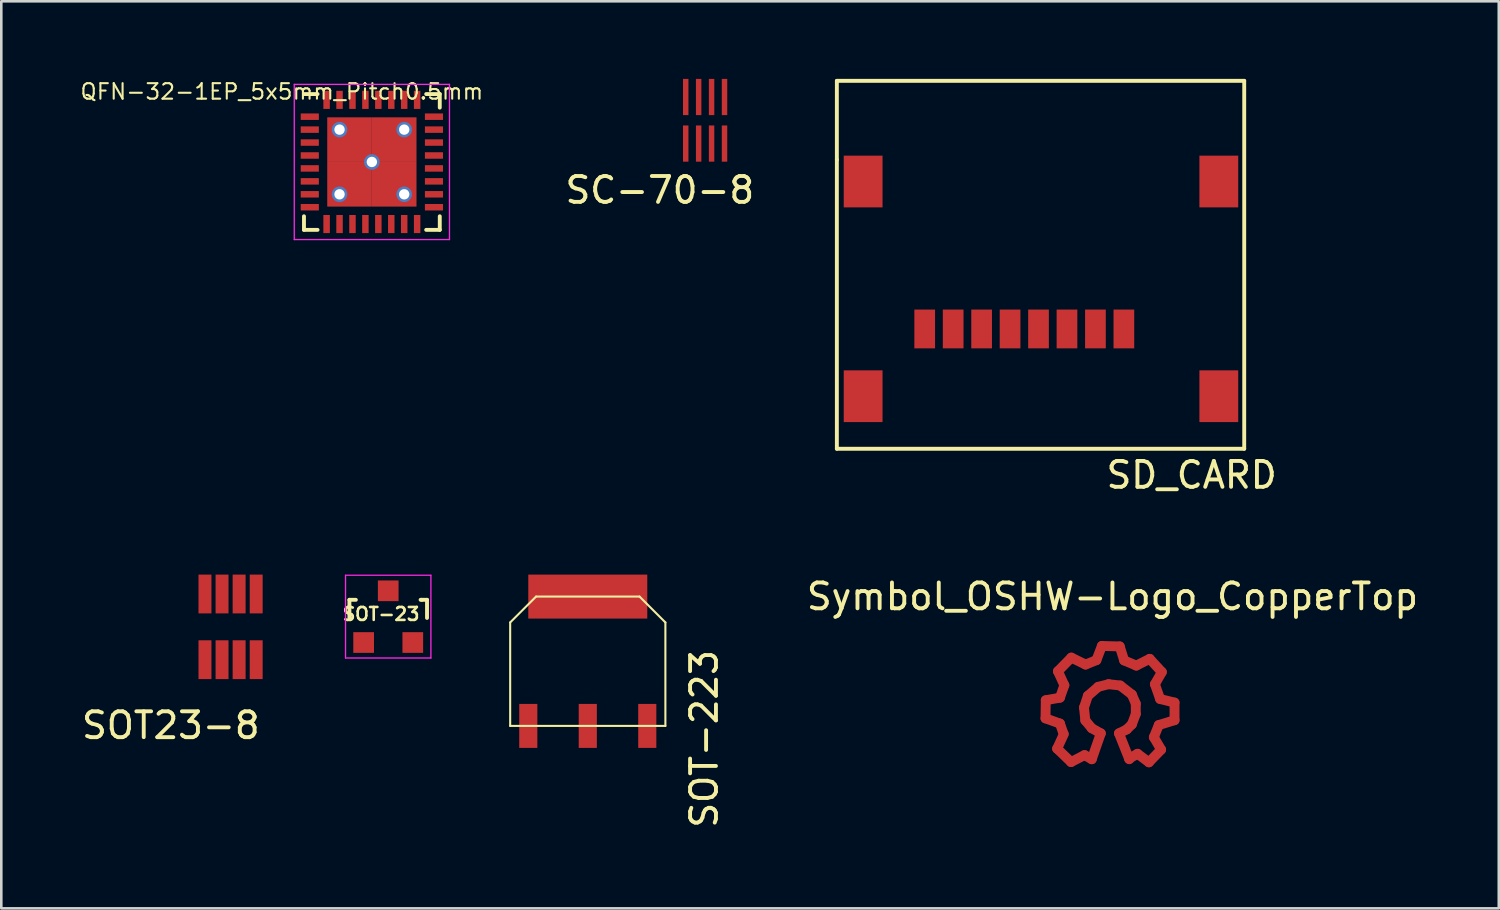
<source format=kicad_pcb>
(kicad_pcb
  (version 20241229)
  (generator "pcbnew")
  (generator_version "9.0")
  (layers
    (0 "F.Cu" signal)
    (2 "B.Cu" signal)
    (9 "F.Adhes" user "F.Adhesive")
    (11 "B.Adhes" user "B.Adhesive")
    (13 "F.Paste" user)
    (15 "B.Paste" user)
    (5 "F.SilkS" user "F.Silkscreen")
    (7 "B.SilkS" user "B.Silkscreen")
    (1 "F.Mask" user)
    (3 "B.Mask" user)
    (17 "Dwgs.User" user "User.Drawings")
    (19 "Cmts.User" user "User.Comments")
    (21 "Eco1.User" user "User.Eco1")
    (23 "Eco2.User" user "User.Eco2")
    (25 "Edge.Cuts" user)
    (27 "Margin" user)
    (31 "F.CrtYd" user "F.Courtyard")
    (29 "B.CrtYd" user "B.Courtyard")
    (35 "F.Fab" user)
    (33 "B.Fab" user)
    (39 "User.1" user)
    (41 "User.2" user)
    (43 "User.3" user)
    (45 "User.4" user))
  (footprint "Symbol_OSHW-Logo_CopperTop"
    (layer "F.Cu")
    (at 39.857 24.401)
    (property "Reference" "Symbol_OSHW-Logo_CopperTop" (at 0.099 -4.389 0) (layer "F.SilkS") (effects (font (size 1 1) (thickness 0.15))))
    (attr through_hole)
    (fp_line (start -2.489 0.32) (end -1.93 0.521) (stroke (width 0.381) (type solid)) (layer "F.Cu"))
    (fp_line (start -2.479 -0.381) (end -2.489 0.32) (stroke (width 0.381) (type solid)) (layer "F.Cu"))
    (fp_line (start -2.04 1.491) (end -1.501 2.009) (stroke (width 0.381) (type solid)) (layer "F.Cu"))
    (fp_line (start -2.009 -1.501) (end -1.76 -0.96) (stroke (width 0.381) (type solid)) (layer "F.Cu"))
    (fp_line (start -1.93 -0.48) (end -2.479 -0.381) (stroke (width 0.381) (type solid)) (layer "F.Cu"))
    (fp_line (start -1.93 0.521) (end -1.791 0.919) (stroke (width 0.381) (type solid)) (layer "F.Cu"))
    (fp_line (start -1.781 0.93) (end -2.04 1.491) (stroke (width 0.381) (type solid)) (layer "F.Cu"))
    (fp_line (start -1.76 -0.96) (end -1.93 -0.48) (stroke (width 0.381) (type solid)) (layer "F.Cu"))
    (fp_line (start -1.501 2.009) (end -0.98 1.74) (stroke (width 0.381) (type solid)) (layer "F.Cu"))
    (fp_line (start -1.491 -2.029) (end -2.009 -1.501) (stroke (width 0.381) (type solid)) (layer "F.Cu"))
    (fp_line (start -1.001 -0.099) (end -0.95 0.399) (stroke (width 0.381) (type solid)) (layer "F.Cu"))
    (fp_line (start -0.98 1.74) (end -0.701 1.9) (stroke (width 0.381) (type solid)) (layer "F.Cu"))
    (fp_line (start -0.95 0.399) (end -0.701 0.701) (stroke (width 0.381) (type solid)) (layer "F.Cu"))
    (fp_line (start -0.94 -1.76) (end -1.491 -2.029) (stroke (width 0.381) (type solid)) (layer "F.Cu"))
    (fp_line (start -0.851 -0.551) (end -1.001 -0.099) (stroke (width 0.381) (type solid)) (layer "F.Cu"))
    (fp_line (start -0.701 0.701) (end -0.351 0.899) (stroke (width 0.381) (type solid)) (layer "F.Cu"))
    (fp_line (start -0.521 -1.93) (end -0.94 -1.76) (stroke (width 0.381) (type solid)) (layer "F.Cu"))
    (fp_line (start -0.45 -0.899) (end -0.851 -0.551) (stroke (width 0.381) (type solid)) (layer "F.Cu"))
    (fp_line (start -0.351 0.899) (end -0.701 1.9) (stroke (width 0.381) (type solid)) (layer "F.Cu"))
    (fp_line (start -0.31 -2.479) (end -0.521 -1.93) (stroke (width 0.381) (type solid)) (layer "F.Cu"))
    (fp_line (start -0.051 -1.001) (end -0.45 -0.899) (stroke (width 0.381) (type solid)) (layer "F.Cu"))
    (fp_line (start 0.351 0.899) (end 0.65 0.749) (stroke (width 0.381) (type solid)) (layer "F.Cu"))
    (fp_line (start 0.351 0.899) (end 0.749 1.9) (stroke (width 0.381) (type solid)) (layer "F.Cu"))
    (fp_line (start 0.381 -2.461) (end -0.31 -2.479) (stroke (width 0.381) (type solid)) (layer "F.Cu"))
    (fp_line (start 0.399 -0.95) (end -0.051 -1.001) (stroke (width 0.381) (type solid)) (layer "F.Cu"))
    (fp_line (start 0.551 -1.92) (end 0.381 -2.461) (stroke (width 0.381) (type solid)) (layer "F.Cu"))
    (fp_line (start 0.65 0.749) (end 0.851 0.551) (stroke (width 0.381) (type solid)) (layer "F.Cu"))
    (fp_line (start 0.739 1.88) (end 1.069 1.689) (stroke (width 0.381) (type solid)) (layer "F.Cu"))
    (fp_line (start 0.851 -0.599) (end 0.399 -0.95) (stroke (width 0.381) (type solid)) (layer "F.Cu"))
    (fp_line (start 0.851 0.551) (end 1.001 0.15) (stroke (width 0.381) (type solid)) (layer "F.Cu"))
    (fp_line (start 1.001 -0.249) (end 0.851 -0.599) (stroke (width 0.381) (type solid)) (layer "F.Cu"))
    (fp_line (start 1.001 0.15) (end 1.001 -0.249) (stroke (width 0.381) (type solid)) (layer "F.Cu"))
    (fp_line (start 1.021 -1.72) (end 0.551 -1.92) (stroke (width 0.381) (type solid)) (layer "F.Cu"))
    (fp_line (start 1.069 1.689) (end 1.509 2.019) (stroke (width 0.381) (type solid)) (layer "F.Cu"))
    (fp_line (start 1.509 2.019) (end 1.981 1.529) (stroke (width 0.381) (type solid)) (layer "F.Cu"))
    (fp_line (start 1.539 -1.981) (end 1.021 -1.72) (stroke (width 0.381) (type solid)) (layer "F.Cu"))
    (fp_line (start 1.699 1.049) (end 1.89 0.579) (stroke (width 0.381) (type solid)) (layer "F.Cu"))
    (fp_line (start 1.74 -1.001) (end 2.009 -1.471) (stroke (width 0.381) (type solid)) (layer "F.Cu"))
    (fp_line (start 1.89 0.579) (end 2.499 0.391) (stroke (width 0.381) (type solid)) (layer "F.Cu"))
    (fp_line (start 1.941 -0.429) (end 1.74 -1.001) (stroke (width 0.381) (type solid)) (layer "F.Cu"))
    (fp_line (start 1.981 1.529) (end 1.699 1.049) (stroke (width 0.381) (type solid)) (layer "F.Cu"))
    (fp_line (start 2.009 -1.471) (end 1.539 -1.981) (stroke (width 0.381) (type solid)) (layer "F.Cu"))
    (fp_line (start 2.499 -0.29) (end 1.941 -0.429) (stroke (width 0.381) (type solid)) (layer "F.Cu"))
    (fp_line (start 2.499 0.391) (end 2.499 -0.29) (stroke (width 0.381) (type solid)) (layer "F.Cu")))
  (footprint "SD_CARD"
    (layer "F.Cu")
    (at 30.318 12.267)
    (property "Reference" "SD_CARD" (at 12.7 3.048 0) (layer "F.SilkS") (effects (font (size 1 1) (thickness 0.15))))
    (attr through_hole)
    (fp_line (start -1.016 -12.192) (end -1.016 -9.144) (stroke (width 0.15) (type solid)) (layer "F.SilkS"))
    (fp_line (start -1.016 -9.144) (end -1.016 2.032) (stroke (width 0.15) (type solid)) (layer "F.SilkS"))
    (fp_line (start -1.016 2.032) (end 14.732 2.032) (stroke (width 0.15) (type solid)) (layer "F.SilkS"))
    (fp_line (start 14.732 -12.192) (end -1.016 -12.192) (stroke (width 0.15) (type solid)) (layer "F.SilkS"))
    (fp_line (start 14.732 2.032) (end 14.732 -12.192) (stroke (width 0.15) (type solid)) (layer "F.SilkS"))
    (pad "1" smd rect (at 10.08 -2.6) (size 0.8 1.5) (layers "F.Cu" "F.Mask" "F.Paste"))
    (pad "2" smd rect (at 8.98 -2.6) (size 0.8 1.5) (layers "F.Cu" "F.Mask" "F.Paste"))
    (pad "3" smd rect (at 7.88 -2.6) (size 0.8 1.5) (layers "F.Cu" "F.Mask" "F.Paste"))
    (pad "4" smd rect (at 6.78 -2.6) (size 0.8 1.5) (layers "F.Cu" "F.Mask" "F.Paste"))
    (pad "5" smd rect (at 5.68 -2.6) (size 0.8 1.5) (layers "F.Cu" "F.Mask" "F.Paste"))
    (pad "6" smd rect (at 0 -8.3) (size 1.5 2) (layers "F.Cu" "F.Mask" "F.Paste"))
    (pad "6" smd rect (at 0 0) (size 1.5 2) (layers "F.Cu" "F.Mask" "F.Paste"))
    (pad "6" smd rect (at 4.58 -2.6) (size 0.8 1.5) (layers "F.Cu" "F.Mask" "F.Paste"))
    (pad "6" smd rect (at 13.75 -8.3) (size 1.5 2) (layers "F.Cu" "F.Mask" "F.Paste"))
    (pad "6" smd rect (at 13.75 0) (size 1.5 2) (layers "F.Cu" "F.Mask" "F.Paste"))
    (pad "7" smd rect (at 3.48 -2.6) (size 0.8 1.5) (layers "F.Cu" "F.Mask" "F.Paste"))
    (pad "8" smd rect (at 2.38 -2.6) (size 0.8 1.5) (layers "F.Cu" "F.Mask" "F.Paste")))
  (footprint "QFN-32-1EP_5x5mm_Pitch0.5mm"
    (layer "F.Cu")
    (at 11.326 3.211)
    (property "Reference" "QFN-32-1EP_5x5mm_Pitch0.5mm" (at -3.48 -2.72 0) (layer "F.SilkS") (effects (font (size 0.6 0.6) (thickness 0.08))))
    (attr smd)
    (fp_line (start -2.625 -2.625) (end -2.1 -2.625) (stroke (width 0.15) (type solid)) (layer "F.SilkS"))
    (fp_line (start -2.625 2.625) (end -2.625 2.1) (stroke (width 0.15) (type solid)) (layer "F.SilkS"))
    (fp_line (start -2.625 2.625) (end -2.1 2.625) (stroke (width 0.15) (type solid)) (layer "F.SilkS"))
    (fp_line (start 2.625 -2.625) (end 2.1 -2.625) (stroke (width 0.15) (type solid)) (layer "F.SilkS"))
    (fp_line (start 2.625 -2.625) (end 2.625 -2.1) (stroke (width 0.15) (type solid)) (layer "F.SilkS"))
    (fp_line (start 2.625 2.625) (end 2.1 2.625) (stroke (width 0.15) (type solid)) (layer "F.SilkS"))
    (fp_line (start 2.625 2.625) (end 2.625 2.1) (stroke (width 0.15) (type solid)) (layer "F.SilkS"))
    (fp_line (start -3 -3) (end -3 3) (stroke (width 0.05) (type solid)) (layer "F.CrtYd"))
    (fp_line (start -3 -3) (end 3 -3) (stroke (width 0.05) (type solid)) (layer "F.CrtYd"))
    (fp_line (start -3 3) (end 3 3) (stroke (width 0.05) (type solid)) (layer "F.CrtYd"))
    (fp_line (start 3 -3) (end 3 3) (stroke (width 0.05) (type solid)) (layer "F.CrtYd"))
    (pad "1" smd rect (at -2.4 -1.75) (size 0.7 0.25) (layers "F.Cu" "F.Mask" "F.Paste"))
    (pad "2" smd rect (at -2.4 -1.25) (size 0.7 0.25) (layers "F.Cu" "F.Mask" "F.Paste"))
    (pad "3" smd rect (at -2.4 -0.75) (size 0.7 0.25) (layers "F.Cu" "F.Mask" "F.Paste"))
    (pad "4" smd rect (at -2.4 -0.25) (size 0.7 0.25) (layers "F.Cu" "F.Mask" "F.Paste"))
    (pad "5" smd rect (at -2.4 0.25) (size 0.7 0.25) (layers "F.Cu" "F.Mask" "F.Paste"))
    (pad "6" smd rect (at -2.4 0.75) (size 0.7 0.25) (layers "F.Cu" "F.Mask" "F.Paste"))
    (pad "7" smd rect (at -2.4 1.25) (size 0.7 0.25) (layers "F.Cu" "F.Mask" "F.Paste"))
    (pad "8" smd rect (at -2.4 1.75) (size 0.7 0.25) (layers "F.Cu" "F.Mask" "F.Paste"))
    (pad "9" smd rect (at -1.75 2.4 90) (size 0.7 0.25) (layers "F.Cu" "F.Mask" "F.Paste"))
    (pad "10" smd rect (at -1.25 2.4 90) (size 0.7 0.25) (layers "F.Cu" "F.Mask" "F.Paste"))
    (pad "11" smd rect (at -0.75 2.4 90) (size 0.7 0.25) (layers "F.Cu" "F.Mask" "F.Paste"))
    (pad "12" smd rect (at -0.25 2.4 90) (size 0.7 0.25) (layers "F.Cu" "F.Mask" "F.Paste"))
    (pad "13" smd rect (at 0.25 2.4 90) (size 0.7 0.25) (layers "F.Cu" "F.Mask" "F.Paste"))
    (pad "14" smd rect (at 0.75 2.4 90) (size 0.7 0.25) (layers "F.Cu" "F.Mask" "F.Paste"))
    (pad "15" smd rect (at 1.25 2.4 90) (size 0.7 0.25) (layers "F.Cu" "F.Mask" "F.Paste"))
    (pad "16" smd rect (at 1.75 2.4 90) (size 0.7 0.25) (layers "F.Cu" "F.Mask" "F.Paste"))
    (pad "17" smd rect (at 2.4 1.75) (size 0.7 0.25) (layers "F.Cu" "F.Mask" "F.Paste"))
    (pad "18" smd rect (at 2.4 1.25) (size 0.7 0.25) (layers "F.Cu" "F.Mask" "F.Paste"))
    (pad "19" smd rect (at 2.4 0.75) (size 0.7 0.25) (layers "F.Cu" "F.Mask" "F.Paste"))
    (pad "20" smd rect (at 2.4 0.25) (size 0.7 0.25) (layers "F.Cu" "F.Mask" "F.Paste"))
    (pad "21" smd rect (at 2.4 -0.25) (size 0.7 0.25) (layers "F.Cu" "F.Mask" "F.Paste"))
    (pad "22" smd rect (at 2.4 -0.75) (size 0.7 0.25) (layers "F.Cu" "F.Mask" "F.Paste"))
    (pad "23" smd rect (at 2.4 -1.25) (size 0.7 0.25) (layers "F.Cu" "F.Mask" "F.Paste"))
    (pad "24" smd rect (at 2.4 -1.75) (size 0.7 0.25) (layers "F.Cu" "F.Mask" "F.Paste"))
    (pad "25" smd rect (at 1.75 -2.4 90) (size 0.7 0.25) (layers "F.Cu" "F.Mask" "F.Paste"))
    (pad "26" smd rect (at 1.25 -2.4 90) (size 0.7 0.25) (layers "F.Cu" "F.Mask" "F.Paste"))
    (pad "27" smd rect (at 0.75 -2.4 90) (size 0.7 0.25) (layers "F.Cu" "F.Mask" "F.Paste"))
    (pad "28" smd rect (at 0.25 -2.4 90) (size 0.7 0.25) (layers "F.Cu" "F.Mask" "F.Paste"))
    (pad "29" smd rect (at -0.25 -2.4 90) (size 0.7 0.25) (layers "F.Cu" "F.Mask" "F.Paste"))
    (pad "30" smd rect (at -0.75 -2.4 90) (size 0.7 0.25) (layers "F.Cu" "F.Mask" "F.Paste"))
    (pad "31" smd rect (at -1.25 -2.4 90) (size 0.7 0.25) (layers "F.Cu" "F.Mask" "F.Paste"))
    (pad "32" smd rect (at -1.75 -2.4 90) (size 0.7 0.25) (layers "F.Cu" "F.Mask" "F.Paste"))
    (pad "33" thru_hole circle (at -1.25 -1.25) (size 0.6 0.6) (drill 0.4) (layers "*.Cu" "F.Mask"))
    (pad "33" thru_hole circle (at -1.25 1.25) (size 0.6 0.6) (drill 0.4) (layers "*.Cu" "F.Mask"))
    (pad "33" smd rect (at -0.863 -0.863) (size 1.725 1.725) (layers "F.Cu" "F.Mask" "F.Paste"))
    (pad "33" smd rect (at -0.863 0.863) (size 1.725 1.725) (layers "F.Cu" "F.Mask" "F.Paste"))
    (pad "33" thru_hole circle (at 0 0) (size 0.6 0.6) (drill 0.4) (layers "*.Cu" "F.Mask"))
    (pad "33" smd rect (at 0.863 -0.863) (size 1.725 1.725) (layers "F.Cu" "F.Mask" "F.Paste"))
    (pad "33" smd rect (at 0.863 0.863) (size 1.725 1.725) (layers "F.Cu" "F.Mask" "F.Paste"))
    (pad "33" thru_hole circle (at 1.25 -1.25) (size 0.6 0.6) (drill 0.4) (layers "*.Cu" "F.Mask"))
    (pad "33" thru_hole circle (at 1.25 1.25) (size 0.6 0.6) (drill 0.4) (layers "*.Cu" "F.Mask")))
  (footprint "SOT-23"
    (layer "F.Cu")
    (at 11.958 20.788)
    (property "Reference" "SOT-23" (at -0.275 -0.1 0) (layer "F.SilkS") (effects (font (size 0.5 0.5) (thickness 0.1))))
    (attr smd)
    (fp_line (start -1.5 -0.65) (end -1.251 -0.65) (stroke (width 0.15) (type solid)) (layer "F.SilkS"))
    (fp_line (start -1.5 0.051) (end -1.5 -0.65) (stroke (width 0.15) (type solid)) (layer "F.SilkS"))
    (fp_line (start 1.299 -0.65) (end 1.251 -0.65) (stroke (width 0.15) (type solid)) (layer "F.SilkS"))
    (fp_line (start 1.299 -0.65) (end 1.5 -0.65) (stroke (width 0.15) (type solid)) (layer "F.SilkS"))
    (fp_line (start 1.5 -0.65) (end 1.5 0.051) (stroke (width 0.15) (type solid)) (layer "F.SilkS"))
    (fp_line (start -1.65 -1.6) (end 1.65 -1.6) (stroke (width 0.05) (type solid)) (layer "F.CrtYd"))
    (fp_line (start -1.65 1.6) (end -1.65 -1.6) (stroke (width 0.05) (type solid)) (layer "F.CrtYd"))
    (fp_line (start 1.65 -1.6) (end 1.65 1.6) (stroke (width 0.05) (type solid)) (layer "F.CrtYd"))
    (fp_line (start 1.65 1.6) (end -1.65 1.6) (stroke (width 0.05) (type solid)) (layer "F.CrtYd"))
    (pad "1" smd rect (at -0.95 1.001) (size 0.8 0.8) (layers "F.Cu" "F.Mask" "F.Paste"))
    (pad "2" smd rect (at 0.95 1.001) (size 0.8 0.8) (layers "F.Cu" "F.Mask" "F.Paste"))
    (pad "3" smd rect (at 0 -0.998) (size 0.8 0.8) (layers "F.Cu" "F.Mask" "F.Paste")))
  (footprint "SOT-223"
    (layer "F.Cu")
    (at 19.673 22.013)
    (property "Reference" "SOT-223" (at 4.5 3.5 90) (layer "F.SilkS") (effects (font (size 1 1) (thickness 0.15))))
    (attr through_hole)
    (fp_line (start -3 -1) (end -3 3) (stroke (width 0.08) (type solid)) (layer "F.SilkS"))
    (fp_line (start -3 3) (end 3 3) (stroke (width 0.08) (type solid)) (layer "F.SilkS"))
    (fp_line (start -2 -2) (end -3 -1) (stroke (width 0.08) (type solid)) (layer "F.SilkS"))
    (fp_line (start 2 -2) (end -2 -2) (stroke (width 0.08) (type solid)) (layer "F.SilkS"))
    (fp_line (start 3 -1) (end 2 -2) (stroke (width 0.08) (type solid)) (layer "F.SilkS"))
    (fp_line (start 3 3) (end 3 -1) (stroke (width 0.08) (type solid)) (layer "F.SilkS"))
    (pad "1" smd rect (at -2.3 3) (size 0.7 1.7) (layers "F.Cu" "F.Mask" "F.Paste"))
    (pad "2" smd rect (at 0 3) (size 0.7 1.7) (layers "F.Cu" "F.Mask" "F.Paste"))
    (pad "3" smd rect (at 2.3 3) (size 0.7 1.7) (layers "F.Cu" "F.Mask" "F.Paste"))
    (pad "4" smd rect (at 0 -2) (size 4.6 1.7) (layers "F.Cu" "F.Mask" "F.Paste")))
  (footprint "SOT23-8"
    (layer "F.Cu")
    (at 4.874 19.913)
    (property "Reference" "SOT23-8" (at -1.32 5.08 0) (layer "F.SilkS") (effects (font (size 1 1) (thickness 0.15))))
    (attr through_hole)
    (pad "1" smd rect (at 0 0) (size 0.5 1.5) (layers "F.Cu" "F.Mask" "F.Paste"))
    (pad "2" smd rect (at 0.66 0) (size 0.5 1.5) (layers "F.Cu" "F.Mask" "F.Paste"))
    (pad "3" smd rect (at 1.32 0) (size 0.5 1.5) (layers "F.Cu" "F.Mask" "F.Paste"))
    (pad "4" smd rect (at 1.98 0) (size 0.5 1.5) (layers "F.Cu" "F.Mask" "F.Paste"))
    (pad "5" smd rect (at 1.98 2.54) (size 0.5 1.5) (layers "F.Cu" "F.Mask" "F.Paste"))
    (pad "6" smd rect (at 1.32 2.54) (size 0.5 1.5) (layers "F.Cu" "F.Mask" "F.Paste"))
    (pad "7" smd rect (at 0.66 2.54) (size 0.5 1.5) (layers "F.Cu" "F.Mask" "F.Paste"))
    (pad "8" smd rect (at 0 2.54) (size 0.5 1.5) (layers "F.Cu" "F.Mask" "F.Paste")))
  (footprint "SC-70-8"
    (layer "F.Cu")
    (at 23.459 0.7)
    (property "Reference" "SC-70-8" (at -1 3.6 0) (layer "F.SilkS") (effects (font (size 1 1) (thickness 0.15))))
    (attr through_hole)
    (pad "1" smd rect (at 0 0) (size 0.21 1.4) (layers "F.Cu" "F.Mask" "F.Paste"))
    (pad "2" smd rect (at 0.5 0) (size 0.21 1.4) (layers "F.Cu" "F.Mask" "F.Paste"))
    (pad "3" smd rect (at 1 0) (size 0.21 1.4) (layers "F.Cu" "F.Mask" "F.Paste"))
    (pad "4" smd rect (at 1.5 0) (size 0.21 1.4) (layers "F.Cu" "F.Mask" "F.Paste"))
    (pad "5" smd rect (at 1.5 1.8) (size 0.21 1.4) (layers "F.Cu" "F.Mask" "F.Paste"))
    (pad "6" smd rect (at 1 1.8) (size 0.21 1.4) (layers "F.Cu" "F.Mask" "F.Paste"))
    (pad "7" smd rect (at 0.5 1.8) (size 0.21 1.4) (layers "F.Cu" "F.Mask" "F.Paste"))
    (pad "8" smd rect (at 0 1.8) (size 0.21 1.4) (layers "F.Cu" "F.Mask" "F.Paste")))
  (gr_rect
    (start -3 -3)
    (end 54.891 32.067)
    (stroke (width 0.1) (type default))
    (fill no)
    (layer "Edge.Cuts")))
</source>
